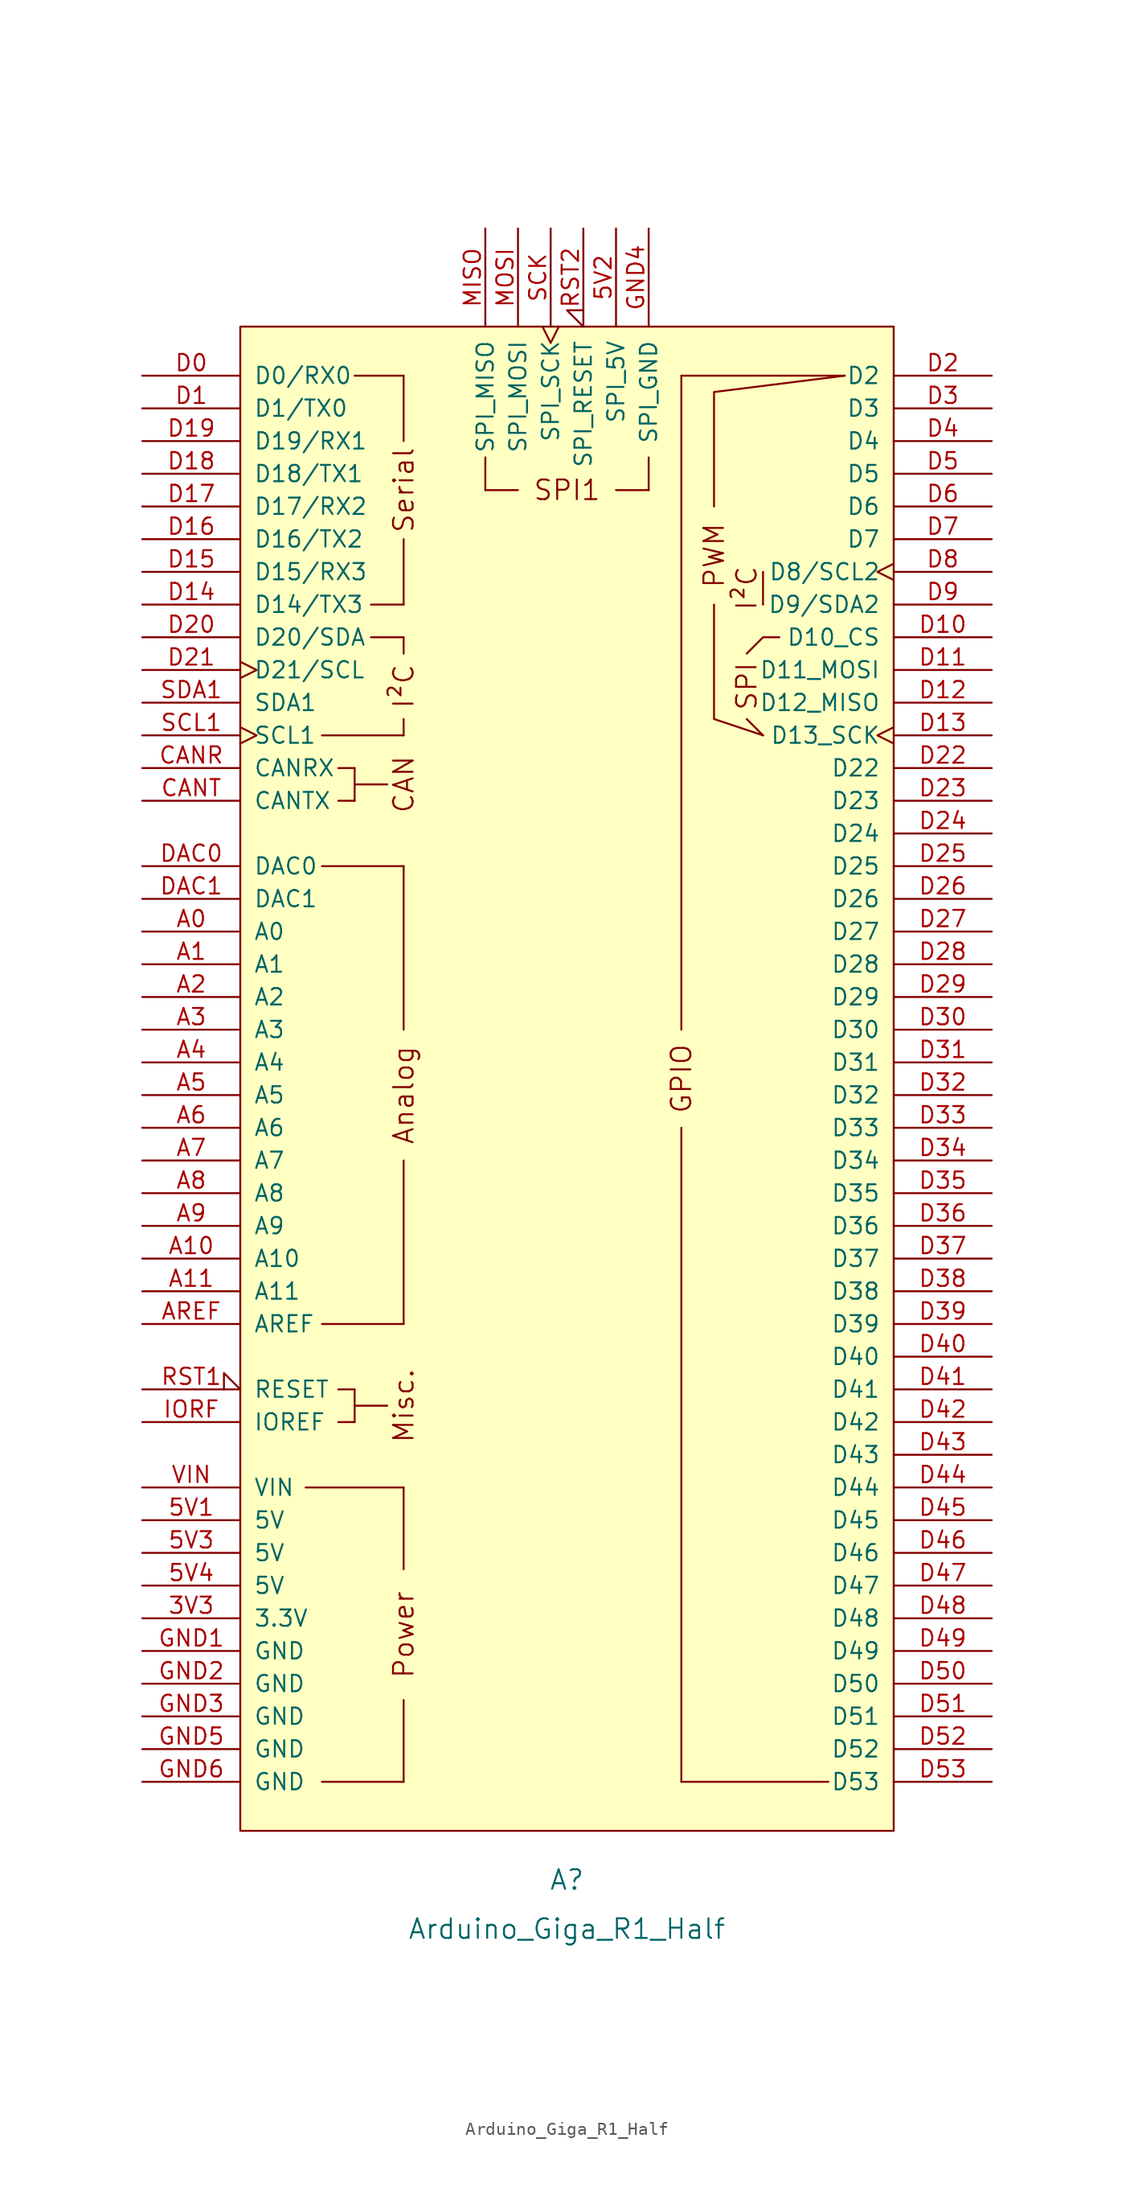
<source format=kicad_sym>
(kicad_symbol_lib
  (version 20231120)
  (generator "kicad_symbol_editor")
  (generator_version "8.0")
  (symbol "Arduino_Giga_R1_Half"
    (pin_names
      (offset 1.016))
    (property "Reference" "A"
      (at 0 -62.23 0)
      (effects (font (size 1.524 1.524))))
    (property "Value" "Arduino_Giga_R1_Half"
      (at 0 -66.04 0)
      (effects (font (size 1.524 1.524))))
    (symbol "Arduino_Giga_R1_Half_0_0"
      (rectangle (start -25.4 -58.42) (end 25.4 58.42) (stroke (width 0) (type default)) (fill (type background)))
      (rectangle (start -20.32 -31.75) (end -12.7 -31.75) (stroke (width 0) (type default)) (fill (type none)))
      (rectangle (start -19.05 -54.61) (end -12.7 -54.61) (stroke (width 0) (type default)) (fill (type none)))
      (rectangle (start -19.05 -19.05) (end -12.7 -19.05) (stroke (width 0) (type default)) (fill (type none)))
      (rectangle (start -19.05 16.51) (end -12.7 16.51) (stroke (width 0) (type default)) (fill (type none)))
      (rectangle (start -19.05 26.67) (end -12.7 26.67) (stroke (width 0) (type default)) (fill (type none)))
      (rectangle (start -17.78 -26.67) (end -16.51 -26.67) (stroke (width 0) (type default)) (fill (type none)))
      (rectangle (start -17.78 -24.13) (end -16.51 -24.13) (stroke (width 0) (type default)) (fill (type none)))
      (rectangle (start -17.78 21.59) (end -16.51 21.59) (stroke (width 0) (type default)) (fill (type none)))
      (rectangle (start -17.78 24.13) (end -16.51 24.13) (stroke (width 0) (type default)) (fill (type none)))
      (rectangle (start -16.51 -25.4) (end -13.97 -25.4) (stroke (width 0) (type default)) (fill (type none)))
      (rectangle (start -16.51 -24.13) (end -16.51 -26.67) (stroke (width 0) (type default)) (fill (type none)))
      (rectangle (start -16.51 22.86) (end -13.97 22.86) (stroke (width 0) (type default)) (fill (type none)))
      (rectangle (start -16.51 24.13) (end -16.51 21.59) (stroke (width 0) (type default)) (fill (type none)))
      (rectangle (start -16.51 54.61) (end -12.7 54.61) (stroke (width 0) (type default)) (fill (type none)))
      (rectangle (start -15.24 34.29) (end -12.7 34.29) (stroke (width 0) (type default)) (fill (type none)))
      (rectangle (start -15.24 36.83) (end -12.7 36.83) (stroke (width 0) (type default)) (fill (type none)))
      (rectangle (start -12.7 -54.61) (end -12.7 -48.26) (stroke (width 0) (type default)) (fill (type none)))
      (rectangle (start -12.7 -31.75) (end -12.7 -38.1) (stroke (width 0) (type default)) (fill (type none)))
      (rectangle (start -12.7 -6.35) (end -12.7 -19.05) (stroke (width 0) (type default)) (fill (type none)))
      (rectangle (start -12.7 16.51) (end -12.7 3.81) (stroke (width 0) (type default)) (fill (type none)))
      (rectangle (start -12.7 26.67) (end -12.7 27.94) (stroke (width 0) (type default)) (fill (type none)))
      (rectangle (start -12.7 34.29) (end -12.7 33.02) (stroke (width 0) (type default)) (fill (type none)))
      (rectangle (start -12.7 41.91) (end -12.7 36.83) (stroke (width 0) (type default)) (fill (type none)))
      (rectangle (start -12.7 49.53) (end -12.7 54.61) (stroke (width 0) (type default)) (fill (type none)))
      (rectangle (start -6.35 45.72) (end -3.81 45.72) (stroke (width 0) (type default)) (fill (type none)))
      (rectangle (start -6.35 48.26) (end -6.35 45.72) (stroke (width 0) (type default)) (fill (type none)))
      (polyline (pts (xy 8.89 -54.61) (xy 20.32 -54.61)) (stroke (width 0) (type default)) (fill (type none)))
      (polyline (pts (xy 15.24 26.67) (xy 13.97 27.94)) (stroke (width 0) (type default)) (fill (type none)))
      (polyline (pts (xy 15.24 39.37) (xy 15.24 36.83)) (stroke (width 0) (type default)) (fill (type none)))
      (polyline (pts (xy 21.59 54.61) (xy 8.89 54.61)) (stroke (width 0) (type default)) (fill (type none)))
      (polyline (pts (xy 11.43 44.45) (xy 11.43 53.34) (xy 21.59 54.61)) (stroke (width 0) (type default)) (fill (type none)))
      (polyline (pts (xy 13.97 33.02) (xy 15.24 34.29) (xy 16.51 34.29)) (stroke (width 0) (type default)) (fill (type none)))
      (polyline (pts (xy 15.24 26.67) (xy 11.43 27.94) (xy 11.43 36.83)) (stroke (width 0) (type default)) (fill (type none)))
      (rectangle (start 3.81 45.72) (end 6.35 45.72) (stroke (width 0) (type default)) (fill (type none)))
      (rectangle (start 6.35 48.26) (end 6.35 45.72) (stroke (width 0) (type default)) (fill (type none)))
      (text "Analog" (at -12.7 -1.27 900) (effects (font (size 1.524 1.524))))
      (text "CAN" (at -12.7 22.86 900) (effects (font (size 1.524 1.524))))
      (text "I²C" (at -12.7 30.48 900) (effects (font (size 1.524 1.524))))
      (text "I²C" (at 13.97 38.1 900) (effects (font (size 1.524 1.524))))
      (text "Misc." (at -12.7 -25.4 900) (effects (font (size 1.524 1.524))))
      (text "Power" (at -12.7 -43.18 900) (effects (font (size 1.524 1.524))))
      (text "PWM" (at 11.43 40.64 900) (effects (font (size 1.524 1.524))))
      (text "Serial" (at -12.7 45.72 900) (effects (font (size 1.524 1.524))))
      (text "SPI" (at 13.97 30.48 900) (effects (font (size 1.524 1.524))))
      (text "SPI1" (at 0 45.72 0) (effects (font (size 1.524 1.524)))))
    (symbol "Arduino_Giga_R1_Half_1_0"
      (rectangle (start 8.89 -3.81) (end 8.89 -54.61) (stroke (width 0) (type default)) (fill (type none)))
      (rectangle (start 8.89 54.61) (end 8.89 3.81) (stroke (width 0) (type default)) (fill (type none)))
      (text "GPIO" (at 8.89 0 900) (effects (font (size 1.524 1.524)))))
    (symbol "Arduino_Giga_R1_Half_1_1"
      (pin power_out line (at -33.02 -41.91 0) (length 7.62) (name "3.3V" (effects (font (size 1.27 1.27)))) (number "3V3" (effects (font (size 1.27 1.27)))))
      (pin power_in line (at -33.02 -34.29 0) (length 7.62) (name "5V" (effects (font (size 1.27 1.27)))) (number "5V1" (effects (font (size 1.27 1.27)))))
      (pin power_in line (at 3.81 66.04 270) (length 7.62) (name "SPI_5V" (effects (font (size 1.27 1.27)))) (number "5V2" (effects (font (size 1.27 1.27)))))
      (pin power_in line (at -33.02 -36.83 0) (length 7.62) (name "5V" (effects (font (size 1.27 1.27)))) (number "5V3" (effects (font (size 1.27 1.27)))))
      (pin power_in line (at -33.02 -39.37 0) (length 7.62) (name "5V" (effects (font (size 1.27 1.27)))) (number "5V4" (effects (font (size 1.27 1.27)))))
      (pin bidirectional line (at -33.02 11.43 0) (length 7.62) (name "A0" (effects (font (size 1.27 1.27)))) (number "A0" (effects (font (size 1.27 1.27)))))
      (pin bidirectional line (at -33.02 8.89 0) (length 7.62) (name "A1" (effects (font (size 1.27 1.27)))) (number "A1" (effects (font (size 1.27 1.27)))))
      (pin input line (at -33.02 -13.97 0) (length 7.62) (name "A10" (effects (font (size 1.27 1.27)))) (number "A10" (effects (font (size 1.27 1.27)))))
      (pin input line (at -33.02 -16.51 0) (length 7.62) (name "A11" (effects (font (size 1.27 1.27)))) (number "A11" (effects (font (size 1.27 1.27)))))
      (pin bidirectional line (at -33.02 6.35 0) (length 7.62) (name "A2" (effects (font (size 1.27 1.27)))) (number "A2" (effects (font (size 1.27 1.27)))))
      (pin bidirectional line (at -33.02 3.81 0) (length 7.62) (name "A3" (effects (font (size 1.27 1.27)))) (number "A3" (effects (font (size 1.27 1.27)))))
      (pin bidirectional line (at -33.02 1.27 0) (length 7.62) (name "A4" (effects (font (size 1.27 1.27)))) (number "A4" (effects (font (size 1.27 1.27)))))
      (pin bidirectional line (at -33.02 -1.27 0) (length 7.62) (name "A5" (effects (font (size 1.27 1.27)))) (number "A5" (effects (font (size 1.27 1.27)))))
      (pin bidirectional line (at -33.02 -3.81 0) (length 7.62) (name "A6" (effects (font (size 1.27 1.27)))) (number "A6" (effects (font (size 1.27 1.27)))))
      (pin bidirectional line (at -33.02 -6.35 0) (length 7.62) (name "A7" (effects (font (size 1.27 1.27)))) (number "A7" (effects (font (size 1.27 1.27)))))
      (pin input line (at -33.02 -8.89 0) (length 7.62) (name "A8" (effects (font (size 1.27 1.27)))) (number "A8" (effects (font (size 1.27 1.27)))))
      (pin input line (at -33.02 -11.43 0) (length 7.62) (name "A9" (effects (font (size 1.27 1.27)))) (number "A9" (effects (font (size 1.27 1.27)))))
      (pin input line (at -33.02 -19.05 0) (length 7.62) (name "AREF" (effects (font (size 1.27 1.27)))) (number "AREF" (effects (font (size 1.27 1.27)))))
      (pin bidirectional line (at -33.02 24.13 0) (length 7.62) (name "CANRX" (effects (font (size 1.27 1.27)))) (number "CANR" (effects (font (size 1.27 1.27)))))
      (pin bidirectional line (at -33.02 21.59 0) (length 7.62) (name "CANTX" (effects (font (size 1.27 1.27)))) (number "CANT" (effects (font (size 1.27 1.27)))))
      (pin bidirectional line (at -33.02 54.61 0) (length 7.62) (name "D0/RX0" (effects (font (size 1.27 1.27)))) (number "D0" (effects (font (size 1.27 1.27)))))
      (pin bidirectional line (at -33.02 52.07 0) (length 7.62) (name "D1/TX0" (effects (font (size 1.27 1.27)))) (number "D1" (effects (font (size 1.27 1.27)))))
      (pin bidirectional line (at 33.02 34.29 180) (length 7.62) (name "D10_CS" (effects (font (size 1.27 1.27)))) (number "D10" (effects (font (size 1.27 1.27)))))
      (pin bidirectional line (at 33.02 31.75 180) (length 7.62) (name "D11_MOSI" (effects (font (size 1.27 1.27)))) (number "D11" (effects (font (size 1.27 1.27)))))
      (pin bidirectional line (at 33.02 29.21 180) (length 7.62) (name "D12_MISO" (effects (font (size 1.27 1.27)))) (number "D12" (effects (font (size 1.27 1.27)))))
      (pin bidirectional clock (at 33.02 26.67 180) (length 7.62) (name "D13_SCK" (effects (font (size 1.27 1.27)))) (number "D13" (effects (font (size 1.27 1.27)))))
      (pin bidirectional line (at -33.02 36.83 0) (length 7.62) (name "D14/TX3" (effects (font (size 1.27 1.27)))) (number "D14" (effects (font (size 1.27 1.27)))))
      (pin bidirectional line (at -33.02 39.37 0) (length 7.62) (name "D15/RX3" (effects (font (size 1.27 1.27)))) (number "D15" (effects (font (size 1.27 1.27)))))
      (pin bidirectional line (at -33.02 41.91 0) (length 7.62) (name "D16/TX2" (effects (font (size 1.27 1.27)))) (number "D16" (effects (font (size 1.27 1.27)))))
      (pin bidirectional line (at -33.02 44.45 0) (length 7.62) (name "D17/RX2" (effects (font (size 1.27 1.27)))) (number "D17" (effects (font (size 1.27 1.27)))))
      (pin bidirectional line (at -33.02 46.99 0) (length 7.62) (name "D18/TX1" (effects (font (size 1.27 1.27)))) (number "D18" (effects (font (size 1.27 1.27)))))
      (pin bidirectional line (at -33.02 49.53 0) (length 7.62) (name "D19/RX1" (effects (font (size 1.27 1.27)))) (number "D19" (effects (font (size 1.27 1.27)))))
      (pin bidirectional line (at 33.02 54.61 180) (length 7.62) (name "D2" (effects (font (size 1.27 1.27)))) (number "D2" (effects (font (size 1.27 1.27)))))
      (pin bidirectional line (at -33.02 34.29 0) (length 7.62) (name "D20/SDA" (effects (font (size 1.27 1.27)))) (number "D20" (effects (font (size 1.27 1.27)))))
      (pin bidirectional clock (at -33.02 31.75 0) (length 7.62) (name "D21/SCL" (effects (font (size 1.27 1.27)))) (number "D21" (effects (font (size 1.27 1.27)))))
      (pin bidirectional line (at 33.02 24.13 180) (length 7.62) (name "D22" (effects (font (size 1.27 1.27)))) (number "D22" (effects (font (size 1.27 1.27)))))
      (pin bidirectional line (at 33.02 21.59 180) (length 7.62) (name "D23" (effects (font (size 1.27 1.27)))) (number "D23" (effects (font (size 1.27 1.27)))))
      (pin bidirectional line (at 33.02 19.05 180) (length 7.62) (name "D24" (effects (font (size 1.27 1.27)))) (number "D24" (effects (font (size 1.27 1.27)))))
      (pin bidirectional line (at 33.02 16.51 180) (length 7.62) (name "D25" (effects (font (size 1.27 1.27)))) (number "D25" (effects (font (size 1.27 1.27)))))
      (pin bidirectional line (at 33.02 13.97 180) (length 7.62) (name "D26" (effects (font (size 1.27 1.27)))) (number "D26" (effects (font (size 1.27 1.27)))))
      (pin bidirectional line (at 33.02 11.43 180) (length 7.62) (name "D27" (effects (font (size 1.27 1.27)))) (number "D27" (effects (font (size 1.27 1.27)))))
      (pin bidirectional line (at 33.02 8.89 180) (length 7.62) (name "D28" (effects (font (size 1.27 1.27)))) (number "D28" (effects (font (size 1.27 1.27)))))
      (pin bidirectional line (at 33.02 6.35 180) (length 7.62) (name "D29" (effects (font (size 1.27 1.27)))) (number "D29" (effects (font (size 1.27 1.27)))))
      (pin bidirectional line (at 33.02 52.07 180) (length 7.62) (name "D3" (effects (font (size 1.27 1.27)))) (number "D3" (effects (font (size 1.27 1.27)))))
      (pin bidirectional line (at 33.02 3.81 180) (length 7.62) (name "D30" (effects (font (size 1.27 1.27)))) (number "D30" (effects (font (size 1.27 1.27)))))
      (pin bidirectional line (at 33.02 1.27 180) (length 7.62) (name "D31" (effects (font (size 1.27 1.27)))) (number "D31" (effects (font (size 1.27 1.27)))))
      (pin bidirectional line (at 33.02 -1.27 180) (length 7.62) (name "D32" (effects (font (size 1.27 1.27)))) (number "D32" (effects (font (size 1.27 1.27)))))
      (pin bidirectional line (at 33.02 -3.81 180) (length 7.62) (name "D33" (effects (font (size 1.27 1.27)))) (number "D33" (effects (font (size 1.27 1.27)))))
      (pin bidirectional line (at 33.02 -6.35 180) (length 7.62) (name "D34" (effects (font (size 1.27 1.27)))) (number "D34" (effects (font (size 1.27 1.27)))))
      (pin bidirectional line (at 33.02 -8.89 180) (length 7.62) (name "D35" (effects (font (size 1.27 1.27)))) (number "D35" (effects (font (size 1.27 1.27)))))
      (pin bidirectional line (at 33.02 -11.43 180) (length 7.62) (name "D36" (effects (font (size 1.27 1.27)))) (number "D36" (effects (font (size 1.27 1.27)))))
      (pin bidirectional line (at 33.02 -13.97 180) (length 7.62) (name "D37" (effects (font (size 1.27 1.27)))) (number "D37" (effects (font (size 1.27 1.27)))))
      (pin bidirectional line (at 33.02 -16.51 180) (length 7.62) (name "D38" (effects (font (size 1.27 1.27)))) (number "D38" (effects (font (size 1.27 1.27)))))
      (pin bidirectional line (at 33.02 -19.05 180) (length 7.62) (name "D39" (effects (font (size 1.27 1.27)))) (number "D39" (effects (font (size 1.27 1.27)))))
      (pin bidirectional line (at 33.02 49.53 180) (length 7.62) (name "D4" (effects (font (size 1.27 1.27)))) (number "D4" (effects (font (size 1.27 1.27)))))
      (pin bidirectional line (at 33.02 -21.59 180) (length 7.62) (name "D40" (effects (font (size 1.27 1.27)))) (number "D40" (effects (font (size 1.27 1.27)))))
      (pin bidirectional line (at 33.02 -24.13 180) (length 7.62) (name "D41" (effects (font (size 1.27 1.27)))) (number "D41" (effects (font (size 1.27 1.27)))))
      (pin bidirectional line (at 33.02 -26.67 180) (length 7.62) (name "D42" (effects (font (size 1.27 1.27)))) (number "D42" (effects (font (size 1.27 1.27)))))
      (pin bidirectional line (at 33.02 -29.21 180) (length 7.62) (name "D43" (effects (font (size 1.27 1.27)))) (number "D43" (effects (font (size 1.27 1.27)))))
      (pin bidirectional line (at 33.02 -31.75 180) (length 7.62) (name "D44" (effects (font (size 1.27 1.27)))) (number "D44" (effects (font (size 1.27 1.27)))))
      (pin bidirectional line (at 33.02 -34.29 180) (length 7.62) (name "D45" (effects (font (size 1.27 1.27)))) (number "D45" (effects (font (size 1.27 1.27)))))
      (pin bidirectional line (at 33.02 -36.83 180) (length 7.62) (name "D46" (effects (font (size 1.27 1.27)))) (number "D46" (effects (font (size 1.27 1.27)))))
      (pin bidirectional line (at 33.02 -39.37 180) (length 7.62) (name "D47" (effects (font (size 1.27 1.27)))) (number "D47" (effects (font (size 1.27 1.27)))))
      (pin bidirectional line (at 33.02 -41.91 180) (length 7.62) (name "D48" (effects (font (size 1.27 1.27)))) (number "D48" (effects (font (size 1.27 1.27)))))
      (pin bidirectional line (at 33.02 -44.45 180) (length 7.62) (name "D49" (effects (font (size 1.27 1.27)))) (number "D49" (effects (font (size 1.27 1.27)))))
      (pin bidirectional line (at 33.02 46.99 180) (length 7.62) (name "D5" (effects (font (size 1.27 1.27)))) (number "D5" (effects (font (size 1.27 1.27)))))
      (pin bidirectional line (at 33.02 -46.99 180) (length 7.62) (name "D50" (effects (font (size 1.27 1.27)))) (number "D50" (effects (font (size 1.27 1.27)))))
      (pin bidirectional line (at 33.02 -49.53 180) (length 7.62) (name "D51" (effects (font (size 1.27 1.27)))) (number "D51" (effects (font (size 1.27 1.27)))))
      (pin bidirectional line (at 33.02 -52.07 180) (length 7.62) (name "D52" (effects (font (size 1.27 1.27)))) (number "D52" (effects (font (size 1.27 1.27)))))
      (pin bidirectional line (at 33.02 -54.61 180) (length 7.62) (name "D53" (effects (font (size 1.27 1.27)))) (number "D53" (effects (font (size 1.27 1.27)))))
      (pin bidirectional line (at 33.02 44.45 180) (length 7.62) (name "D6" (effects (font (size 1.27 1.27)))) (number "D6" (effects (font (size 1.27 1.27)))))
      (pin bidirectional line (at 33.02 41.91 180) (length 7.62) (name "D7" (effects (font (size 1.27 1.27)))) (number "D7" (effects (font (size 1.27 1.27)))))
      (pin bidirectional clock (at 33.02 39.37 180) (length 7.62) (name "D8/SCL2" (effects (font (size 1.27 1.27)))) (number "D8" (effects (font (size 1.27 1.27)))))
      (pin bidirectional line (at 33.02 36.83 180) (length 7.62) (name "D9/SDA2" (effects (font (size 1.27 1.27)))) (number "D9" (effects (font (size 1.27 1.27)))))
      (pin bidirectional line (at -33.02 16.51 0) (length 7.62) (name "DAC0" (effects (font (size 1.27 1.27)))) (number "DAC0" (effects (font (size 1.27 1.27)))))
      (pin bidirectional line (at -33.02 13.97 0) (length 7.62) (name "DAC1" (effects (font (size 1.27 1.27)))) (number "DAC1" (effects (font (size 1.27 1.27)))))
      (pin power_in line (at -33.02 -44.45 0) (length 7.62) (name "GND" (effects (font (size 1.27 1.27)))) (number "GND1" (effects (font (size 1.27 1.27)))))
      (pin power_in line (at -33.02 -46.99 0) (length 7.62) (name "GND" (effects (font (size 1.27 1.27)))) (number "GND2" (effects (font (size 1.27 1.27)))))
      (pin power_in line (at -33.02 -49.53 0) (length 7.62) (name "GND" (effects (font (size 1.27 1.27)))) (number "GND3" (effects (font (size 1.27 1.27)))))
      (pin power_in line (at 6.35 66.04 270) (length 7.62) (name "SPI_GND" (effects (font (size 1.27 1.27)))) (number "GND4" (effects (font (size 1.27 1.27)))))
      (pin power_in line (at -33.02 -52.07 0) (length 7.62) (name "GND" (effects (font (size 1.27 1.27)))) (number "GND5" (effects (font (size 1.27 1.27)))))
      (pin power_in line (at -33.02 -54.61 0) (length 7.62) (name "GND" (effects (font (size 1.27 1.27)))) (number "GND6" (effects (font (size 1.27 1.27)))))
      (pin output line (at -33.02 -26.67 0) (length 7.62) (name "IOREF" (effects (font (size 1.27 1.27)))) (number "IORF" (effects (font (size 1.27 1.27)))))
      (pin input line (at -6.35 66.04 270) (length 7.62) (name "SPI_MISO" (effects (font (size 1.27 1.27)))) (number "MISO" (effects (font (size 1.27 1.27)))))
      (pin output line (at -3.81 66.04 270) (length 7.62) (name "SPI_MOSI" (effects (font (size 1.27 1.27)))) (number "MOSI" (effects (font (size 1.27 1.27)))))
      (pin open_collector input_low (at -33.02 -24.13 0) (length 7.62) (name "RESET" (effects (font (size 1.27 1.27)))) (number "RST1" (effects (font (size 1.27 1.27)))))
      (pin open_collector input_low (at 1.27 66.04 270) (length 7.62) (name "SPI_RESET" (effects (font (size 1.27 1.27)))) (number "RST2" (effects (font (size 1.27 1.27)))))
      (pin output clock (at -1.27 66.04 270) (length 7.62) (name "SPI_SCK" (effects (font (size 1.27 1.27)))) (number "SCK" (effects (font (size 1.27 1.27)))))
      (pin bidirectional clock (at -33.02 26.67 0) (length 7.62) (name "SCL1" (effects (font (size 1.27 1.27)))) (number "SCL1" (effects (font (size 1.27 1.27)))))
      (pin bidirectional line (at -33.02 29.21 0) (length 7.62) (name "SDA1" (effects (font (size 1.27 1.27)))) (number "SDA1" (effects (font (size 1.27 1.27)))))
      (pin power_in line (at -33.02 -31.75 0) (length 7.62) (name "VIN" (effects (font (size 1.27 1.27)))) (number "VIN" (effects (font (size 1.27 1.27))))))))
</source>
